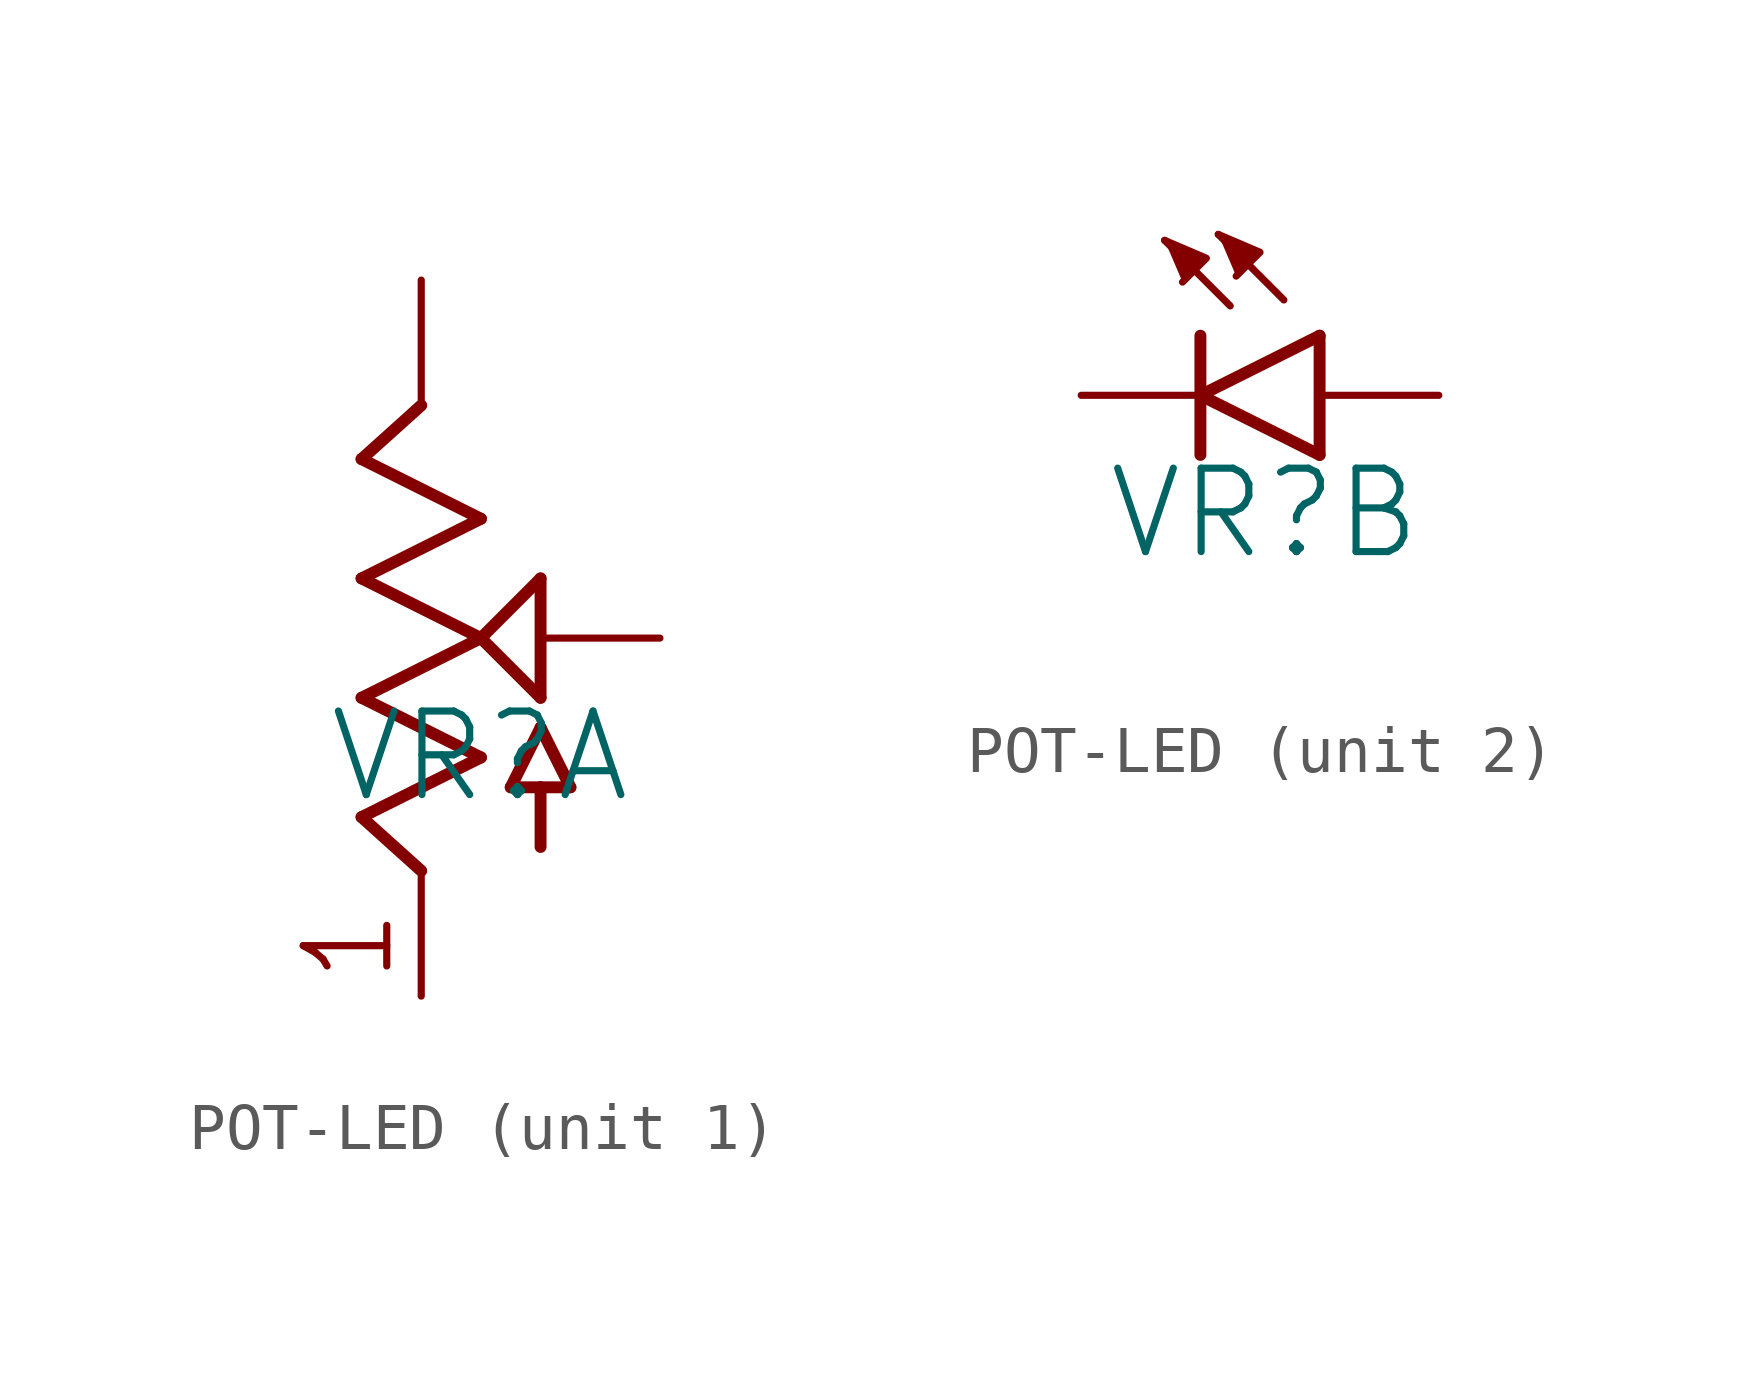
<source format=kicad_sym>
(kicad_symbol_lib
  (version 20231120)
  (generator "kicad_symbol_editor")
  (generator_version "8.0")
  (symbol "POT-LED"
    (property "Reference" "VR"
      (at -2.032 -3.556 0)
      (effects (font (size 1.778 1.778)) (justify left bottom)))
    (property "Value" ""
      (at -2.032 -5.715 0)
      (effects (font (size 1.778 1.778)) (justify left bottom)))
    (property "ki_locked" ""
      (at 0 0 0)
      (effects (font (size 1.27 1.27))))
    (symbol "POT-LED_1_0"
      (polyline (pts (xy -1.27 -3.81) (xy 0 -4.953)) (stroke (width 0.254) (type solid)) (fill (type none)))
      (polyline (pts (xy -1.27 -1.27) (xy 1.27 -2.54)) (stroke (width 0.254) (type solid)) (fill (type none)))
      (polyline (pts (xy -1.27 1.27) (xy 1.27 0)) (stroke (width 0.254) (type solid)) (fill (type none)))
      (polyline (pts (xy -1.27 3.81) (xy 1.27 2.54)) (stroke (width 0.254) (type solid)) (fill (type none)))
      (polyline (pts (xy 0 4.953) (xy -1.27 3.81)) (stroke (width 0.254) (type solid)) (fill (type none)))
      (polyline (pts (xy 1.27 -2.54) (xy -1.27 -3.81)) (stroke (width 0.254) (type solid)) (fill (type none)))
      (polyline (pts (xy 1.27 0) (xy -1.27 -1.27)) (stroke (width 0.254) (type solid)) (fill (type none)))
      (polyline (pts (xy 1.27 0) (xy 2.54 1.27)) (stroke (width 0.254) (type solid)) (fill (type none)))
      (polyline (pts (xy 1.27 2.54) (xy -1.27 1.27)) (stroke (width 0.254) (type solid)) (fill (type none)))
      (polyline (pts (xy 1.905 -3.175) (xy 2.54 -3.175)) (stroke (width 0.254) (type solid)) (fill (type none)))
      (polyline (pts (xy 2.54 -4.445) (xy 2.54 -3.175)) (stroke (width 0.254) (type solid)) (fill (type none)))
      (polyline (pts (xy 2.54 -3.175) (xy 3.175 -3.175)) (stroke (width 0.254) (type solid)) (fill (type none)))
      (polyline (pts (xy 2.54 -1.905) (xy 1.905 -3.175)) (stroke (width 0.254) (type solid)) (fill (type none)))
      (polyline (pts (xy 2.54 -1.27) (xy 1.27 0)) (stroke (width 0.254) (type solid)) (fill (type none)))
      (polyline (pts (xy 2.54 1.27) (xy 2.54 -1.27)) (stroke (width 0.254) (type solid)) (fill (type none)))
      (polyline (pts (xy 3.175 -3.175) (xy 2.54 -1.905)) (stroke (width 0.254) (type solid)) (fill (type none)))
      (text "1" (at -0.508 -7.366 900) (effects (font (size 1.778 1.511)) (justify left bottom)))
      (pin passive line (at 0 -7.62 90) (length 2.54) (name "1" (effects (font (size 0 0)))) (number "P$1" (effects (font (size 0 0)))))
      (pin passive line (at 5.08 0 180) (length 2.54) (name "2" (effects (font (size 0 0)))) (number "P$2" (effects (font (size 0 0)))))
      (pin passive line (at 0 7.62 270) (length 2.54) (name "3" (effects (font (size 0 0)))) (number "P$3" (effects (font (size 0 0))))))
    (symbol "POT-LED_2_0"
      (polyline (pts (xy 0 -1.27) (xy 0 0)) (stroke (width 0.254) (type solid)) (fill (type none)))
      (polyline (pts (xy 0 0) (xy 0 1.27)) (stroke (width 0.254) (type solid)) (fill (type none)))
      (polyline (pts (xy 0 0) (xy 2.54 1.27)) (stroke (width 0.254) (type solid)) (fill (type none)))
      (polyline (pts (xy 0.635 1.905) (xy -0.762 3.302)) (stroke (width 0.152) (type solid)) (fill (type none)))
      (polyline (pts (xy 1.778 2.032) (xy 0.381 3.429)) (stroke (width 0.152) (type solid)) (fill (type none)))
      (polyline (pts (xy 2.54 -1.27) (xy 0 0)) (stroke (width 0.254) (type solid)) (fill (type none)))
      (polyline (pts (xy 2.54 -1.27) (xy 2.54 1.27)) (stroke (width 0.254) (type solid)) (fill (type none)))
      (polyline (pts (xy -0.762 3.302) (xy 0.127 2.921) (xy -0.381 2.413)) (stroke (width 0.152) (type solid)) (fill (type outline)))
      (polyline (pts (xy 0.381 3.429) (xy 1.27 3.048) (xy 0.762 2.54)) (stroke (width 0.152) (type solid)) (fill (type outline)))
      (pin passive line (at 5.08 0 180) (length 2.54) (name "A" (effects (font (size 0 0)))) (number "P$LEDA" (effects (font (size 0 0)))))
      (pin passive line (at -2.54 0 0) (length 2.54) (name "C" (effects (font (size 0 0)))) (number "P$LEDC" (effects (font (size 0 0))))))))
</source>
